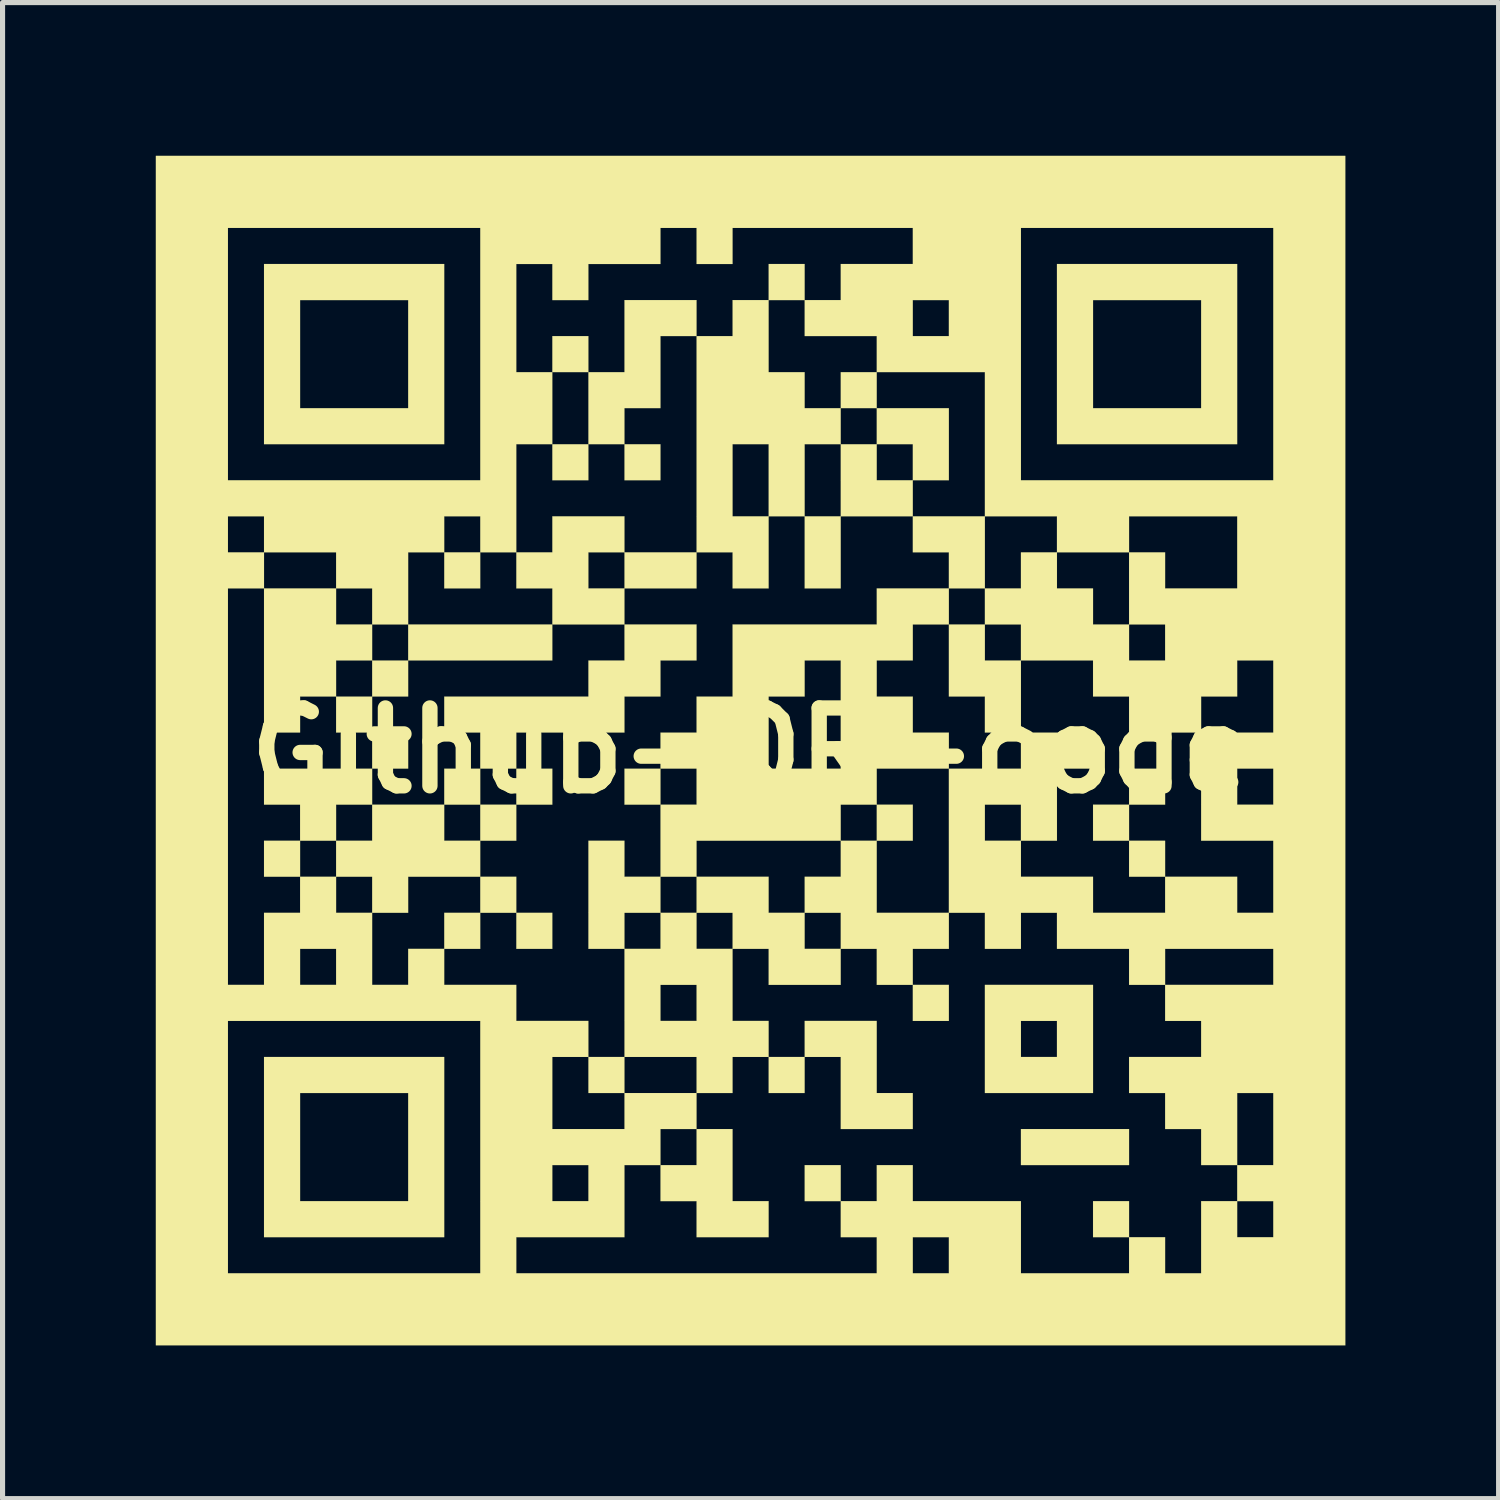
<source format=kicad_pcb>
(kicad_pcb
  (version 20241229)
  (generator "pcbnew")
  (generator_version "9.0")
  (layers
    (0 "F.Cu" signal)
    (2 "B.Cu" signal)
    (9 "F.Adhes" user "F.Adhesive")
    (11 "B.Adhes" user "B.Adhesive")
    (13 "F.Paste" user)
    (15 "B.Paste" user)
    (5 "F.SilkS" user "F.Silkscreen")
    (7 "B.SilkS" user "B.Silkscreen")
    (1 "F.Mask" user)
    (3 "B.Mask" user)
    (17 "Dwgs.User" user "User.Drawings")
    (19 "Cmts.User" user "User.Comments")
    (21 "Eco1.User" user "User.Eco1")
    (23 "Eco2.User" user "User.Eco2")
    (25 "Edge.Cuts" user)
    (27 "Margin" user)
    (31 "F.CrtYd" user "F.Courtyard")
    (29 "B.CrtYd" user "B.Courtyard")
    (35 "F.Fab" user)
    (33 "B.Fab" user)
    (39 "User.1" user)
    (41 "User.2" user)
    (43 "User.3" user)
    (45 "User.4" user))
  (footprint "Github-QR-code"
    (layer "F.Cu")
    (at 11.643 11.643)
    (property "Reference" "Github-QR-code" (at 0 0 0) (layer "F.SilkS") (effects (font (size 1.524 1.524) (thickness 0.3))))
    (attr through_hole)
    (fp_poly (pts (xy -8.819 2.469) (xy -9.525 2.469) (xy -9.525 1.764) (xy -8.819 1.764) (xy -8.819 2.469)) (stroke (width 0.002) (type solid)) (fill yes) (layer "F.SilkS"))
    (fp_poly (pts (xy -6.703 0.353) (xy -7.408 0.353) (xy -7.408 -0.353) (xy -6.703 -0.353) (xy -6.703 0.353)) (stroke (width 0.002) (type solid)) (fill yes) (layer "F.SilkS"))
    (fp_poly (pts (xy -5.292 -3.175) (xy -5.997 -3.175) (xy -5.997 -3.881) (xy -5.292 -3.881) (xy -5.292 -3.175)) (stroke (width 0.002) (type solid)) (fill yes) (layer "F.SilkS"))
    (fp_poly (pts (xy -5.292 1.058) (xy -5.997 1.058) (xy -5.997 0.353) (xy -5.292 0.353) (xy -5.292 1.058)) (stroke (width 0.002) (type solid)) (fill yes) (layer "F.SilkS"))
    (fp_poly (pts (xy -5.292 3.881) (xy -5.997 3.881) (xy -5.997 3.175) (xy -5.292 3.175) (xy -5.292 3.881)) (stroke (width 0.002) (type solid)) (fill yes) (layer "F.SilkS"))
    (fp_poly (pts (xy -4.586 1.764) (xy -5.292 1.764) (xy -5.292 1.058) (xy -4.586 1.058) (xy -4.586 1.764)) (stroke (width 0.002) (type solid)) (fill yes) (layer "F.SilkS"))
    (fp_poly (pts (xy -4.586 3.175) (xy -5.292 3.175) (xy -5.292 2.469) (xy -4.586 2.469) (xy -4.586 3.175)) (stroke (width 0.002) (type solid)) (fill yes) (layer "F.SilkS"))
    (fp_poly (pts (xy -3.881 -1.764) (xy -6.703 -1.764) (xy -6.703 -2.469) (xy -3.881 -2.469) (xy -3.881 -1.764)) (stroke (width 0.002) (type solid)) (fill yes) (layer "F.SilkS"))
    (fp_poly (pts (xy -3.881 1.058) (xy -4.586 1.058) (xy -4.586 0.353) (xy -3.881 0.353) (xy -3.881 1.058)) (stroke (width 0.002) (type solid)) (fill yes) (layer "F.SilkS"))
    (fp_poly (pts (xy -3.881 3.881) (xy -4.586 3.881) (xy -4.586 3.175) (xy -3.881 3.175) (xy -3.881 3.881)) (stroke (width 0.002) (type solid)) (fill yes) (layer "F.SilkS"))
    (fp_poly (pts (xy -3.175 -7.408) (xy -3.881 -7.408) (xy -3.881 -8.114) (xy -3.175 -8.114) (xy -3.175 -7.408)) (stroke (width 0.002) (type solid)) (fill yes) (layer "F.SilkS"))
    (fp_poly (pts (xy -3.175 -5.292) (xy -3.881 -5.292) (xy -3.881 -5.997) (xy -3.175 -5.997) (xy -3.175 -5.292)) (stroke (width 0.002) (type solid)) (fill yes) (layer "F.SilkS"))
    (fp_poly (pts (xy -2.469 6.703) (xy -3.175 6.703) (xy -3.175 5.997) (xy -2.469 5.997) (xy -2.469 6.703)) (stroke (width 0.002) (type solid)) (fill yes) (layer "F.SilkS"))
    (fp_poly (pts (xy -1.764 -5.292) (xy -2.469 -5.292) (xy -2.469 -5.997) (xy -1.764 -5.997) (xy -1.764 -5.292)) (stroke (width 0.002) (type solid)) (fill yes) (layer "F.SilkS"))
    (fp_poly (pts (xy 1.058 -8.819) (xy 0.353 -8.819) (xy 0.353 -9.525) (xy 1.058 -9.525) (xy 1.058 -8.819)) (stroke (width 0.002) (type solid)) (fill yes) (layer "F.SilkS"))
    (fp_poly (pts (xy 1.058 6.703) (xy 0.353 6.703) (xy 0.353 5.997) (xy 1.058 5.997) (xy 1.058 6.703)) (stroke (width 0.002) (type solid)) (fill yes) (layer "F.SilkS"))
    (fp_poly (pts (xy 1.764 8.819) (xy 1.058 8.819) (xy 1.058 8.114) (xy 1.764 8.114) (xy 1.764 8.819)) (stroke (width 0.002) (type solid)) (fill yes) (layer "F.SilkS"))
    (fp_poly (pts (xy 3.881 5.292) (xy 3.175 5.292) (xy 3.175 4.586) (xy 3.881 4.586) (xy 3.881 5.292)) (stroke (width 0.002) (type solid)) (fill yes) (layer "F.SilkS"))
    (fp_poly (pts (xy 7.408 1.764) (xy 6.703 1.764) (xy 6.703 1.058) (xy 7.408 1.058) (xy 7.408 1.764)) (stroke (width 0.002) (type solid)) (fill yes) (layer "F.SilkS"))
    (fp_poly (pts (xy 7.408 8.114) (xy 5.292 8.114) (xy 5.292 7.408) (xy 7.408 7.408) (xy 7.408 8.114)) (stroke (width 0.002) (type solid)) (fill yes) (layer "F.SilkS"))
    (fp_poly (pts (xy 7.408 9.525) (xy 6.703 9.525) (xy 6.703 8.819) (xy 7.408 8.819) (xy 7.408 9.525)) (stroke (width 0.002) (type solid)) (fill yes) (layer "F.SilkS"))
    (fp_poly (pts (xy 8.114 1.058) (xy 7.408 1.058) (xy 7.408 0.353) (xy 8.114 0.353) (xy 8.114 1.058)) (stroke (width 0.002) (type solid)) (fill yes) (layer "F.SilkS"))
    (fp_poly (pts (xy 8.114 2.469) (xy 7.408 2.469) (xy 7.408 1.764) (xy 8.114 1.764) (xy 8.114 2.469)) (stroke (width 0.002) (type solid)) (fill yes) (layer "F.SilkS"))
    (fp_poly (pts (xy 4.586 -3.175) (xy 3.881 -3.175) (xy 3.881 -3.881) (xy 3.175 -3.881) (xy 3.175 -4.586) (xy 4.586 -4.586) (xy 4.586 -3.175)) (stroke (width 0.002) (type solid)) (fill yes) (layer "F.SilkS"))
    (fp_poly (pts (xy -7.408 1.058) (xy -8.114 1.058) (xy -8.114 1.764) (xy -8.819 1.764) (xy -8.819 1.058) (xy -9.525 1.058) (xy -9.525 0.353) (xy -7.408 0.353) (xy -7.408 1.058)) (stroke (width 0.002) (type solid)) (fill yes) (layer "F.SilkS"))
    (fp_poly (pts (xy 1.058 5.292) (xy 2.469 5.292) (xy 2.469 6.703) (xy 3.175 6.703) (xy 3.175 7.408) (xy 1.764 7.408) (xy 1.764 5.997) (xy 1.058 5.997) (xy 1.058 5.292)) (stroke (width 0.002) (type solid)) (fill yes) (layer "F.SilkS"))
    (fp_poly (pts (xy 4.586 -1.764) (xy 5.292 -1.764) (xy 5.292 -0.353) (xy 4.586 -0.353) (xy 4.586 -1.058) (xy 3.881 -1.058) (xy 3.881 -2.469) (xy 4.586 -2.469) (xy 4.586 -1.764)) (stroke (width 0.002) (type solid)) (fill yes) (layer "F.SilkS"))
    (fp_poly (pts (xy -1.058 -8.114) (xy -1.764 -8.114) (xy -1.764 -6.703) (xy -2.469 -6.703) (xy -2.469 -5.997) (xy -3.175 -5.997) (xy -3.175 -7.408) (xy -2.469 -7.408) (xy -2.469 -8.819) (xy -1.058 -8.819) (xy -1.058 -8.114)) (stroke (width 0.002) (type solid)) (fill yes) (layer "F.SilkS"))
    (fp_poly (pts (xy -0.353 8.819) (xy 0.353 8.819) (xy 0.353 9.525) (xy -1.058 9.525) (xy -1.058 8.819) (xy -1.764 8.819) (xy -1.764 8.114) (xy -1.058 8.114) (xy -1.058 7.408) (xy -0.353 7.408) (xy -0.353 8.819)) (stroke (width 0.002) (type solid)) (fill yes) (layer "F.SilkS"))
    (fp_poly (pts (xy -5.997 -5.997) (xy -9.525 -5.997) (xy -9.525 -8.819) (xy -8.819 -8.819) (xy -8.819 -6.703) (xy -6.703 -6.703) (xy -6.703 -8.819) (xy -8.819 -8.819) (xy -9.525 -8.819) (xy -9.525 -9.525) (xy -5.997 -9.525) (xy -5.997 -5.997)) (stroke (width 0.002) (type solid)) (fill yes) (layer "F.SilkS"))
    (fp_poly (pts (xy -5.997 9.525) (xy -9.525 9.525) (xy -9.525 6.703) (xy -8.819 6.703) (xy -8.819 8.819) (xy -6.703 8.819) (xy -6.703 6.703) (xy -8.819 6.703) (xy -9.525 6.703) (xy -9.525 5.997) (xy -5.997 5.997) (xy -5.997 9.525)) (stroke (width 0.002) (type solid)) (fill yes) (layer "F.SilkS"))
    (fp_poly (pts (xy 6.703 6.703) (xy 4.586 6.703) (xy 4.586 5.292) (xy 5.292 5.292) (xy 5.292 5.997) (xy 5.997 5.997) (xy 5.997 5.292) (xy 5.292 5.292) (xy 4.586 5.292) (xy 4.586 4.586) (xy 6.703 4.586) (xy 6.703 6.703)) (stroke (width 0.002) (type solid)) (fill yes) (layer "F.SilkS"))
    (fp_poly (pts (xy 9.525 -5.997) (xy 5.997 -5.997) (xy 5.997 -8.819) (xy 6.703 -8.819) (xy 6.703 -6.703) (xy 8.819 -6.703) (xy 8.819 -8.819) (xy 6.703 -8.819) (xy 5.997 -8.819) (xy 5.997 -9.525) (xy 9.525 -9.525) (xy 9.525 -5.997)) (stroke (width 0.002) (type solid)) (fill yes) (layer "F.SilkS"))
    (fp_poly (pts (xy -5.997 1.764) (xy -5.292 1.764) (xy -5.292 2.469) (xy -6.703 2.469) (xy -6.703 3.175) (xy -7.408 3.175) (xy -7.408 2.469) (xy -8.114 2.469) (xy -8.114 1.764) (xy -7.408 1.764) (xy -7.408 1.058) (xy -5.997 1.058) (xy -5.997 1.764)) (stroke (width 0.002) (type solid)) (fill yes) (layer "F.SilkS"))
    (fp_poly (pts (xy -1.058 -1.764) (xy -1.764 -1.764) (xy -1.764 -1.058) (xy -2.469 -1.058) (xy -2.469 -0.353) (xy -4.586 -0.353) (xy -4.586 0.353) (xy -5.292 0.353) (xy -5.292 -0.353) (xy -5.997 -0.353) (xy -5.997 -1.058) (xy -3.175 -1.058) (xy -3.175 -1.764) (xy -2.469 -1.764) (xy -2.469 -2.469) (xy -1.058 -2.469) (xy -1.058 -1.764)) (stroke (width 0.002) (type solid)) (fill yes) (layer "F.SilkS"))
    (fp_poly (pts (xy -1.058 -3.881) (xy -1.058 -3.175) (xy -2.469 -3.175) (xy -2.469 -2.469) (xy -3.881 -2.469) (xy -3.881 -3.175) (xy -4.586 -3.175) (xy -4.586 -3.881) (xy -3.881 -3.881) (xy -3.175 -3.881) (xy -3.175 -3.175) (xy -2.469 -3.175) (xy -2.469 -3.881) (xy -3.175 -3.881) (xy -3.881 -3.881) (xy -3.881 -4.586) (xy -2.469 -4.586) (xy -2.469 -3.881) (xy -1.058 -3.881)) (stroke (width 0.002) (type solid)) (fill yes) (layer "F.SilkS"))
    (fp_poly (pts (xy -6.703 -1.764) (xy -6.703 -1.058) (xy -7.408 -1.058) (xy -7.408 -0.353) (xy -8.114 -0.353) (xy -8.114 -1.058) (xy -8.819 -1.058) (xy -8.819 -0.353) (xy -9.525 -0.353) (xy -9.525 -1.764) (xy -8.114 -1.764) (xy -8.114 -1.058) (xy -7.408 -1.058) (xy -7.408 -1.764) (xy -8.114 -1.764) (xy -9.525 -1.764) (xy -9.525 -3.175) (xy -8.114 -3.175) (xy -8.114 -2.469) (xy -7.408 -2.469) (xy -7.408 -1.764) (xy -6.703 -1.764)) (stroke (width 0.002) (type solid)) (fill yes) (layer "F.SilkS"))
    (fp_poly (pts (xy 3.881 -6.703) (xy 3.881 -5.292) (xy 3.175 -5.292) (xy 3.175 -4.586) (xy 1.764 -4.586) (xy 1.764 -3.175) (xy 1.058 -3.175) (xy 1.058 -4.586) (xy 0.353 -4.586) (xy 0.353 -3.175) (xy -0.353 -3.175) (xy -0.353 -3.881) (xy -1.058 -3.881) (xy -1.058 -5.997) (xy -0.353 -5.997) (xy -0.353 -4.586) (xy 0.353 -4.586) (xy 0.353 -5.997) (xy 1.058 -5.997) (xy 1.058 -4.586) (xy 1.764 -4.586) (xy 1.764 -5.997) (xy 1.058 -5.997) (xy 0.353 -5.997) (xy -0.353 -5.997) (xy -1.058 -5.997) (xy -1.058 -8.114) (xy -0.353 -8.114) (xy -0.353 -8.819) (xy 0.353 -8.819) (xy 0.353 -7.408) (xy 1.058 -7.408) (xy 1.058 -6.703) (xy 1.764 -6.703) (xy 1.764 -5.997) (xy 2.469 -5.997) (xy 2.469 -5.292) (xy 3.175 -5.292) (xy 3.175 -5.997) (xy 2.469 -5.997) (xy 2.469 -6.703) (xy 1.764 -6.703) (xy 1.764 -7.408) (xy 2.469 -7.408) (xy 2.469 -6.703) (xy 3.881 -6.703)) (stroke (width 0.002) (type solid)) (fill yes) (layer "F.SilkS"))
    (fp_poly (pts (xy -2.469 3.881) (xy -3.175 3.881) (xy -3.175 3.175) (xy -2.469 3.175) (xy -2.469 3.881) (xy -1.764 3.881) (xy -1.764 3.175) (xy -2.469 3.175) (xy -3.175 3.175) (xy -3.175 1.764) (xy -2.469 1.764) (xy -2.469 2.469) (xy -1.764 2.469) (xy -1.764 3.175) (xy -1.058 3.175) (xy -1.058 3.881) (xy -0.353 3.881) (xy -0.353 3.175) (xy -1.058 3.175) (xy -1.058 2.469) (xy -1.764 2.469) (xy -1.764 1.764) (xy -1.058 1.764) (xy -1.058 2.469) (xy 0.353 2.469) (xy 0.353 3.175) (xy 1.058 3.175) (xy 1.058 3.881) (xy 1.764 3.881) (xy 1.764 3.175) (xy 1.058 3.175) (xy 1.058 2.469) (xy 1.764 2.469) (xy 1.764 1.764) (xy -1.058 1.764) (xy -1.764 1.764) (xy -1.764 1.058) (xy -2.469 1.058) (xy -2.469 0.353) (xy -1.764 0.353) (xy -1.764 1.058) (xy -1.058 1.058) (xy 1.764 1.058) (xy 1.764 1.764) (xy 2.469 1.764) (xy 2.469 1.058) (xy 1.764 1.058) (xy -1.058 1.058) (xy -1.058 0.353) (xy -1.764 0.353) (xy -1.764 -0.353) (xy -1.058 -0.353) (xy -1.058 -1.058) (xy -0.353 -1.058) (xy 0.353 -1.058) (xy 0.353 0.353) (xy 1.764 0.353) (xy 1.764 -1.764) (xy 1.058 -1.764) (xy 1.058 -1.058) (xy 0.353 -1.058) (xy -0.353 -1.058) (xy -0.353 -2.469) (xy 2.469 -2.469) (xy 2.469 -3.175) (xy 3.881 -3.175) (xy 3.881 -2.469) (xy 3.175 -2.469) (xy 3.175 -1.764) (xy 2.469 -1.764) (xy 2.469 -1.058) (xy 3.175 -1.058) (xy 3.175 -0.353) (xy 3.881 -0.353) (xy 3.881 0.353) (xy 2.469 0.353) (xy 2.469 1.058) (xy 3.175 1.058) (xy 3.175 1.764) (xy 2.469 1.764) (xy 2.469 3.175) (xy 3.881 3.175) (xy 3.881 3.881) (xy 3.175 3.881) (xy 3.175 4.586) (xy 2.469 4.586) (xy 2.469 3.881) (xy 1.764 3.881) (xy 1.764 4.586) (xy 0.353 4.586) (xy 0.353 3.881) (xy -0.353 3.881) (xy -0.353 5.292) (xy 0.353 5.292) (xy 0.353 5.997) (xy -0.353 5.997) (xy -0.353 6.703) (xy -1.058 6.703) (xy -1.058 5.997) (xy -2.469 5.997) (xy -2.469 4.586) (xy -1.764 4.586) (xy -1.764 5.292) (xy -1.058 5.292) (xy -1.058 4.586) (xy -1.764 4.586) (xy -2.469 4.586) (xy -2.469 3.881)) (stroke (width 0.002) (type solid)) (fill yes) (layer "F.SilkS"))
    (fp_poly (pts (xy 11.642 11.642) (xy -11.642 11.642) (xy -11.642 5.292) (xy -10.231 5.292) (xy -10.231 10.231) (xy -5.292 10.231) (xy -5.292 8.114) (xy -3.881 8.114) (xy -3.881 8.819) (xy -3.175 8.819) (xy -3.175 8.114) (xy -3.881 8.114) (xy -5.292 8.114) (xy -5.292 5.292) (xy -10.231 5.292) (xy -11.642 5.292) (xy -11.642 -3.175) (xy -10.231 -3.175) (xy -10.231 4.586) (xy -9.525 4.586) (xy -9.525 3.881) (xy -8.819 3.881) (xy -8.819 4.586) (xy -8.114 4.586) (xy -8.114 3.881) (xy -8.819 3.881) (xy -9.525 3.881) (xy -9.525 3.175) (xy -8.819 3.175) (xy -8.819 2.469) (xy -8.114 2.469) (xy -8.114 3.175) (xy -7.408 3.175) (xy -7.408 4.586) (xy -6.703 4.586) (xy -6.703 3.881) (xy -5.997 3.881) (xy -5.997 4.586) (xy -4.586 4.586) (xy -4.586 5.292) (xy -3.175 5.292) (xy -3.175 5.997) (xy -3.881 5.997) (xy -3.881 7.408) (xy -2.469 7.408) (xy -2.469 6.703) (xy -1.058 6.703) (xy -1.058 7.408) (xy -1.764 7.408) (xy -1.764 8.114) (xy -2.469 8.114) (xy -2.469 9.525) (xy -4.586 9.525) (xy -4.586 10.231) (xy 2.469 10.231) (xy 2.469 9.525) (xy 3.175 9.525) (xy 3.175 10.231) (xy 3.881 10.231) (xy 3.881 9.525) (xy 3.175 9.525) (xy 2.469 9.525) (xy 1.764 9.525) (xy 1.764 8.819) (xy 2.469 8.819) (xy 2.469 8.114) (xy 3.175 8.114) (xy 3.175 8.819) (xy 5.292 8.819) (xy 5.292 10.231) (xy 7.408 10.231) (xy 7.408 9.525) (xy 8.114 9.525) (xy 8.114 10.231) (xy 8.819 10.231) (xy 8.819 8.819) (xy 9.525 8.819) (xy 9.525 9.525) (xy 10.231 9.525) (xy 10.231 8.819) (xy 9.525 8.819) (xy 9.525 8.114) (xy 8.819 8.114) (xy 8.819 7.408) (xy 8.114 7.408) (xy 8.114 6.703) (xy 9.525 6.703) (xy 9.525 8.114) (xy 10.231 8.114) (xy 10.231 6.703) (xy 9.525 6.703) (xy 8.114 6.703) (xy 7.408 6.703) (xy 7.408 5.997) (xy 8.819 5.997) (xy 8.819 5.292) (xy 8.114 5.292) (xy 8.114 4.586) (xy 7.408 4.586) (xy 7.408 3.881) (xy 8.114 3.881) (xy 8.114 4.586) (xy 10.231 4.586) (xy 10.231 3.881) (xy 8.114 3.881) (xy 7.408 3.881) (xy 5.997 3.881) (xy 5.997 3.175) (xy 5.292 3.175) (xy 5.292 3.881) (xy 4.586 3.881) (xy 4.586 3.175) (xy 3.881 3.175) (xy 3.881 1.058) (xy 4.586 1.058) (xy 4.586 1.764) (xy 5.292 1.764) (xy 5.292 1.058) (xy 4.586 1.058) (xy 3.881 1.058) (xy 3.881 0.353) (xy 5.292 0.353) (xy 5.292 -0.353) (xy 6.703 -0.353) (xy 6.703 0.353) (xy 5.997 0.353) (xy 5.997 1.764) (xy 5.292 1.764) (xy 5.292 2.469) (xy 6.703 2.469) (xy 6.703 3.175) (xy 8.114 3.175) (xy 8.114 2.469) (xy 9.525 2.469) (xy 9.525 3.175) (xy 10.231 3.175) (xy 10.231 1.764) (xy 8.819 1.764) (xy 8.819 0.353) (xy 9.525 0.353) (xy 9.525 1.058) (xy 10.231 1.058) (xy 10.231 0.353) (xy 9.525 0.353) (xy 8.819 0.353) (xy 8.819 -0.353) (xy 7.408 -0.353) (xy 7.408 -1.058) (xy 8.819 -1.058) (xy 8.819 -0.353) (xy 10.231 -0.353) (xy 10.231 -1.764) (xy 9.525 -1.764) (xy 9.525 -1.058) (xy 8.819 -1.058) (xy 7.408 -1.058) (xy 6.703 -1.058) (xy 6.703 -1.764) (xy 5.292 -1.764) (xy 5.292 -2.469) (xy 4.586 -2.469) (xy 4.586 -3.175) (xy 5.292 -3.175) (xy 5.292 -3.881) (xy 5.997 -3.881) (xy 5.997 -3.175) (xy 6.703 -3.175) (xy 6.703 -2.469) (xy 7.408 -2.469) (xy 7.408 -1.764) (xy 8.114 -1.764) (xy 8.114 -2.469) (xy 7.408 -2.469) (xy 7.408 -3.881) (xy 5.997 -3.881) (xy 5.997 -4.586) (xy 7.408 -4.586) (xy 7.408 -3.881) (xy 8.114 -3.881) (xy 8.114 -3.175) (xy 9.525 -3.175) (xy 9.525 -4.586) (xy 7.408 -4.586) (xy 5.997 -4.586) (xy 4.586 -4.586) (xy 4.586 -7.408) (xy 2.469 -7.408) (xy 2.469 -8.114) (xy 1.058 -8.114) (xy 1.058 -8.819) (xy 1.764 -8.819) (xy 3.175 -8.819) (xy 3.175 -8.114) (xy 3.881 -8.114) (xy 3.881 -8.819) (xy 3.175 -8.819) (xy 1.764 -8.819) (xy 1.764 -9.525) (xy 3.175 -9.525) (xy 3.175 -10.231) (xy 5.292 -10.231) (xy 5.292 -5.292) (xy 10.231 -5.292) (xy 10.231 -10.231) (xy 5.292 -10.231) (xy 3.175 -10.231) (xy -0.353 -10.231) (xy -0.353 -9.525) (xy -1.058 -9.525) (xy -1.058 -10.231) (xy -1.764 -10.231) (xy -1.764 -9.525) (xy -3.175 -9.525) (xy -3.175 -8.819) (xy -3.881 -8.819) (xy -3.881 -9.525) (xy -4.586 -9.525) (xy -4.586 -7.408) (xy -3.881 -7.408) (xy -3.881 -5.997) (xy -4.586 -5.997) (xy -4.586 -3.881) (xy -5.292 -3.881) (xy -5.292 -4.586) (xy -5.997 -4.586) (xy -5.997 -3.881) (xy -6.703 -3.881) (xy -6.703 -2.469) (xy -7.408 -2.469) (xy -7.408 -3.175) (xy -8.114 -3.175) (xy -8.114 -3.881) (xy -9.525 -3.881) (xy -9.525 -3.175) (xy -10.231 -3.175) (xy -11.642 -3.175) (xy -11.642 -4.586) (xy -10.231 -4.586) (xy -10.231 -3.881) (xy -9.525 -3.881) (xy -9.525 -4.586) (xy -10.231 -4.586) (xy -11.642 -4.586) (xy -11.642 -10.231) (xy -10.231 -10.231) (xy -10.231 -5.292) (xy -5.292 -5.292) (xy -5.292 -10.231) (xy -10.231 -10.231) (xy -11.642 -10.231) (xy -11.642 -11.642) (xy 11.642 -11.642) (xy 11.642 11.642)) (stroke (width 0.002) (type solid)) (fill yes) (layer "F.SilkS")))
  (gr_rect
    (start -3 -3)
    (end 26.285 26.285)
    (stroke (width 0.1) (type default))
    (fill no)
    (layer "Edge.Cuts")))
</source>
